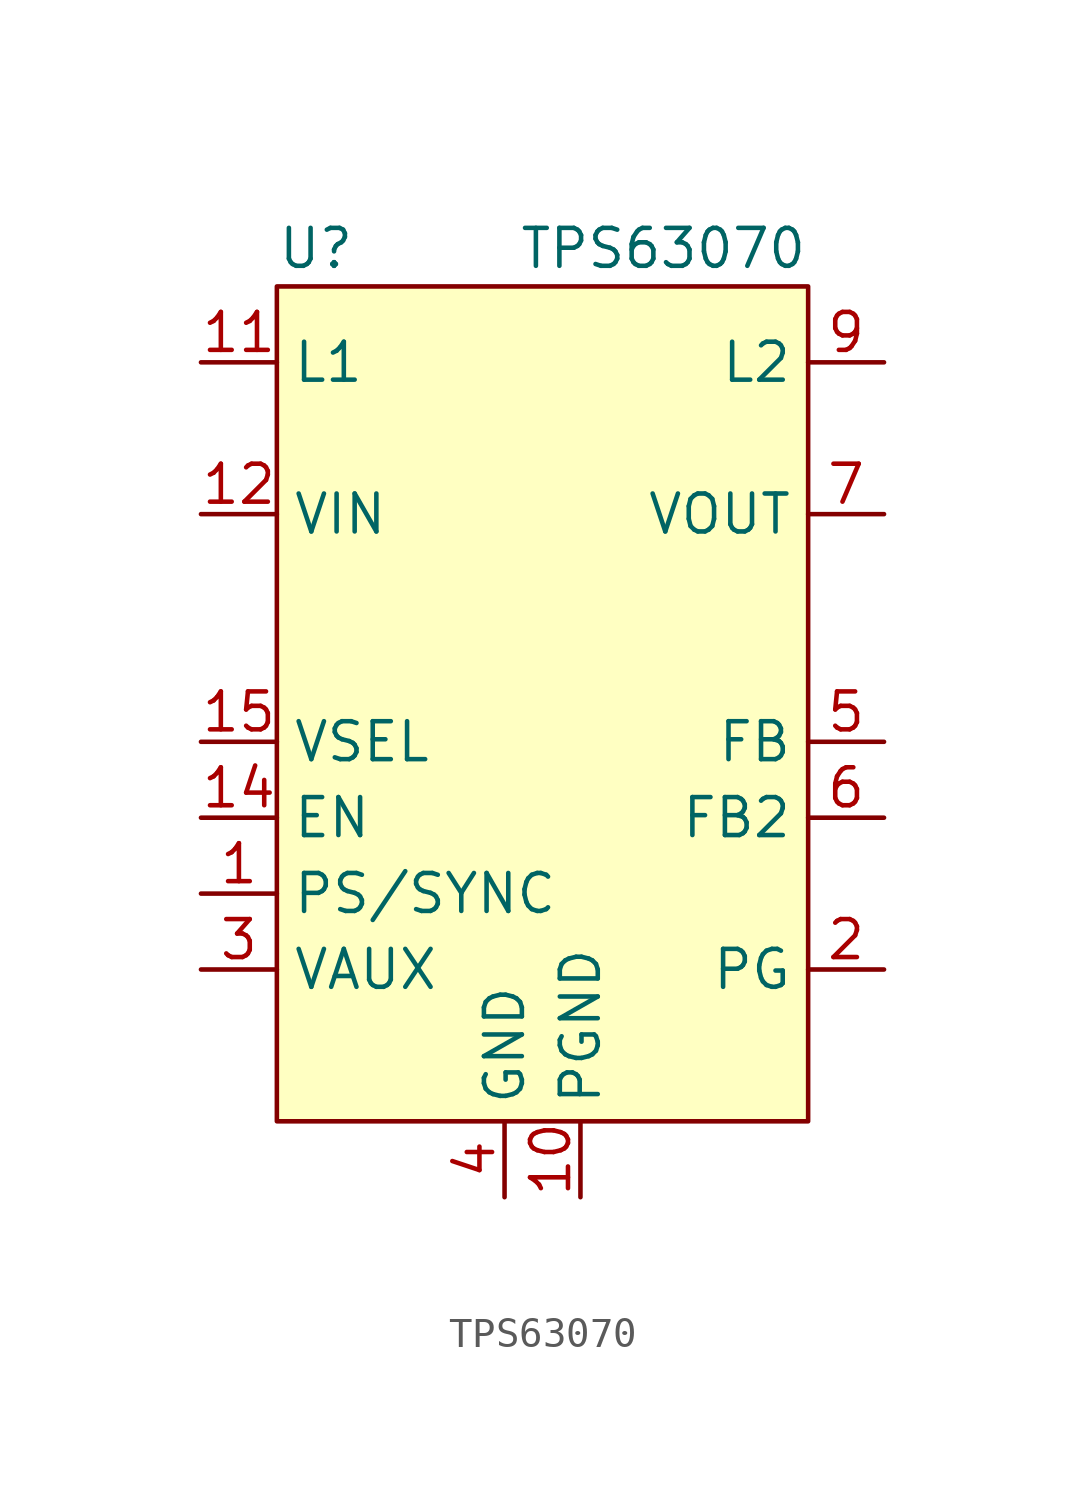
<source format=kicad_sym>
(kicad_symbol_lib
  (version 20220914)
  (generator kicad_symbol_editor)
  (symbol "TPS63070"
    (property "Reference" "U"
      (at -8.89 15.24 0)
      (effects (font (size 1.27 1.27)) (justify left)))
    (property "Value" "TPS63070"
      (at 8.89 15.24 0)
      (effects (font (size 1.27 1.27)) (justify right)))
    (symbol "TPS63070_1_1"
      (rectangle (start -8.89 13.97) (end 8.89 -13.97) (stroke (width 0) (type default)) (fill (type background)))
      (pin input line (at -11.43 -6.35 0) (length 2.54) (name "PS/SYNC" (effects (font (size 1.27 1.27)))) (number "1" (effects (font (size 1.27 1.27)))))
      (pin power_in line (at 1.27 -16.51 90) (length 2.54) (name "PGND" (effects (font (size 1.27 1.27)))) (number "10" (effects (font (size 1.27 1.27)))))
      (pin input line (at -11.43 11.43 0) (length 2.54) (name "L1" (effects (font (size 1.27 1.27)))) (number "11" (effects (font (size 1.27 1.27)))))
      (pin power_in line (at -11.43 6.35 0) (length 2.54) (name "VIN" (effects (font (size 1.27 1.27)))) (number "12" (effects (font (size 1.27 1.27)))))
      (pin input line (at -11.43 -3.81 0) (length 2.54) (name "EN" (effects (font (size 1.27 1.27)))) (number "14" (effects (font (size 1.27 1.27)))))
      (pin input line (at -11.43 -1.27 0) (length 2.54) (name "VSEL" (effects (font (size 1.27 1.27)))) (number "15" (effects (font (size 1.27 1.27)))))
      (pin open_collector line (at 11.43 -8.89 180) (length 2.54) (name "PG" (effects (font (size 1.27 1.27)))) (number "2" (effects (font (size 1.27 1.27)))))
      (pin output line (at -11.43 -8.89 0) (length 2.54) (name "VAUX" (effects (font (size 1.27 1.27)))) (number "3" (effects (font (size 1.27 1.27)))))
      (pin power_in line (at -1.27 -16.51 90) (length 2.54) (name "GND" (effects (font (size 1.27 1.27)))) (number "4" (effects (font (size 1.27 1.27)))))
      (pin input line (at 11.43 -1.27 180) (length 2.54) (name "FB" (effects (font (size 1.27 1.27)))) (number "5" (effects (font (size 1.27 1.27)))))
      (pin output line (at 11.43 -3.81 180) (length 2.54) (name "FB2" (effects (font (size 1.27 1.27)))) (number "6" (effects (font (size 1.27 1.27)))))
      (pin power_out line (at 11.43 6.35 180) (length 2.54) (name "VOUT" (effects (font (size 1.27 1.27)))) (number "7" (effects (font (size 1.27 1.27)))))
      (pin input line (at 11.43 11.43 180) (length 2.54) (name "L2" (effects (font (size 1.27 1.27)))) (number "9" (effects (font (size 1.27 1.27))))))))
</source>
